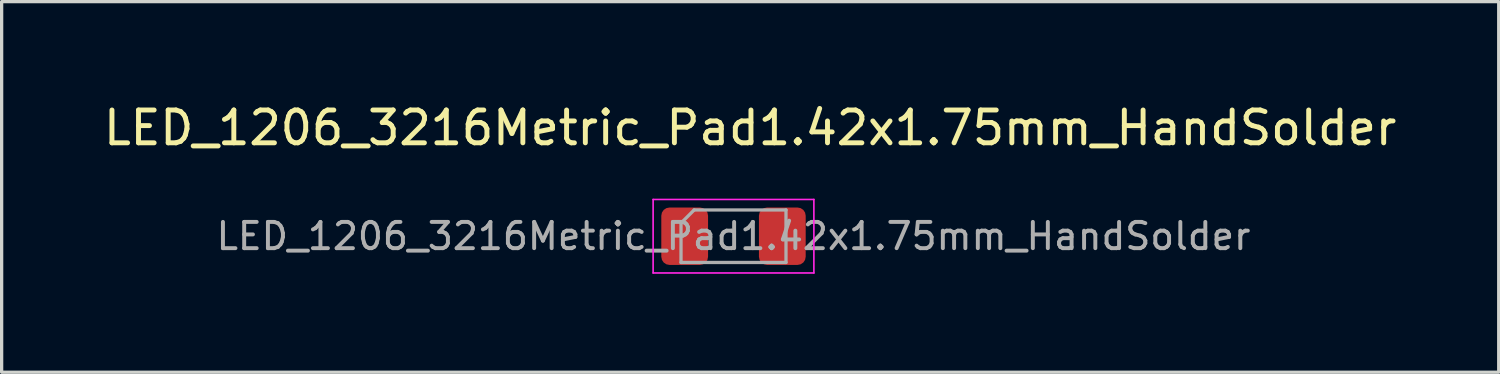
<source format=kicad_pcb>
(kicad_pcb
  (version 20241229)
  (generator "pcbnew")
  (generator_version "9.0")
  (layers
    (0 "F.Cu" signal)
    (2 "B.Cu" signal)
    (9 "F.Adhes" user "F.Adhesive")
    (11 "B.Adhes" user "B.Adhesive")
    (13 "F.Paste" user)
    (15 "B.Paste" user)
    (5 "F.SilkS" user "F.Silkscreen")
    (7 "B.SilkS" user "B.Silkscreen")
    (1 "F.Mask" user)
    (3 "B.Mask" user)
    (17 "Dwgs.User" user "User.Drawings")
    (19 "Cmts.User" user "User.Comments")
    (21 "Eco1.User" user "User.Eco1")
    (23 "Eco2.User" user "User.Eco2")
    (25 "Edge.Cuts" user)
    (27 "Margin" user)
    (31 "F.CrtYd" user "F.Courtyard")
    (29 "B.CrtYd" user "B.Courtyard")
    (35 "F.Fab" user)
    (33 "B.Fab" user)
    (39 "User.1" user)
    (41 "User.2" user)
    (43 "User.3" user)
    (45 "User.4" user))
  (footprint "LED_1206_3216Metric_Pad1.42x1.75mm_HandSolder"
    (layer "F.Cu")
    (at 19.307 4.15)
    (property "Reference" "LED_1206_3216Metric_Pad1.42x1.75mm_HandSolder" (at 0.508 -3.302 0) (layer "F.SilkS") (effects (font (size 1 1) (thickness 0.15))))
    (attr smd)
    (fp_line (start -2.45 -1.12) (end 2.45 -1.12) (stroke (width 0.05) (type solid)) (layer "F.CrtYd"))
    (fp_line (start -2.45 1.12) (end -2.45 -1.12) (stroke (width 0.05) (type solid)) (layer "F.CrtYd"))
    (fp_line (start 2.45 -1.12) (end 2.45 1.12) (stroke (width 0.05) (type solid)) (layer "F.CrtYd"))
    (fp_line (start 2.45 1.12) (end -2.45 1.12) (stroke (width 0.05) (type solid)) (layer "F.CrtYd"))
    (fp_line (start -1.6 -0.4) (end -1.6 0.8) (stroke (width 0.1) (type solid)) (layer "F.Fab"))
    (fp_line (start -1.6 0.8) (end 1.6 0.8) (stroke (width 0.1) (type solid)) (layer "F.Fab"))
    (fp_line (start -1.2 -0.8) (end -1.6 -0.4) (stroke (width 0.1) (type solid)) (layer "F.Fab"))
    (fp_line (start 1.6 -0.8) (end -1.2 -0.8) (stroke (width 0.1) (type solid)) (layer "F.Fab"))
    (fp_line (start 1.6 0.8) (end 1.6 -0.8) (stroke (width 0.1) (type solid)) (layer "F.Fab"))
    (fp_text user "${REFERENCE}" (at 0 0 0) (layer "F.Fab") (effects (font (size 0.8 0.8) (thickness 0.12))))
    (pad "1" smd roundrect (at -1.488 0) (size 1.425 1.75) (layers "F.Cu" "F.Mask" "F.Paste") (roundrect_rratio 0.175))
    (pad "2" smd roundrect (at 1.488 0) (size 1.425 1.75) (layers "F.Cu" "F.Mask" "F.Paste") (roundrect_rratio 0.175)))
  (gr_rect
    (start -3 -3)
    (end 42.631 8.295)
    (stroke (width 0.1) (type default))
    (fill no)
    (layer "Edge.Cuts")))
</source>
